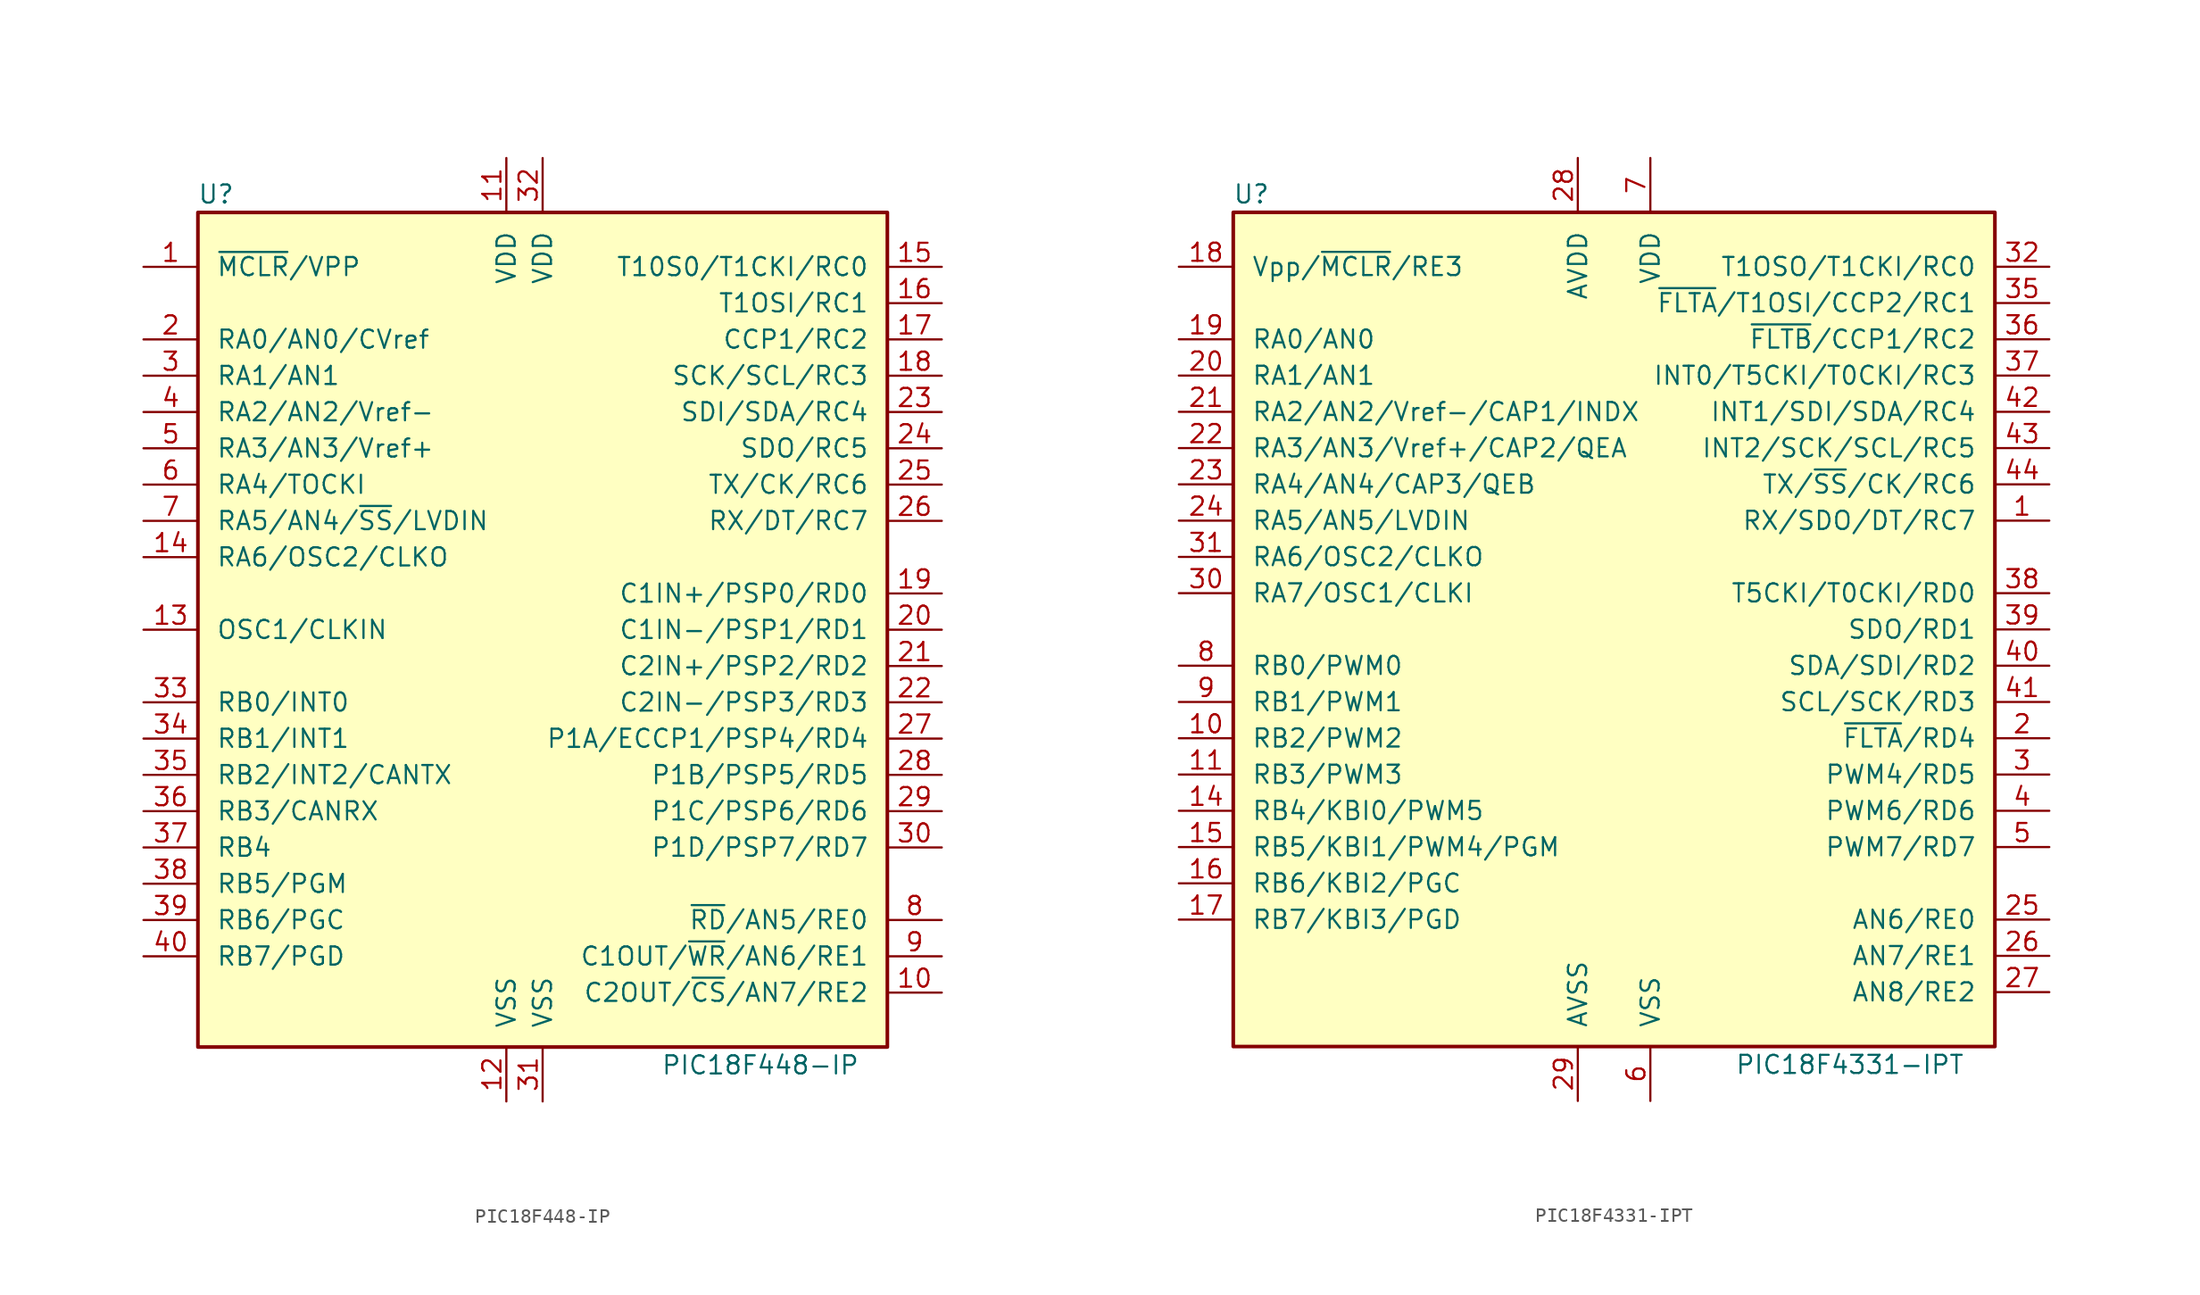
<source format=kicad_sym>
(kicad_symbol_lib
  (version 20241209)
  (generator "kicad_symbol_editor")
  (generator_version "9.0")
  (symbol "PIC18F448-IP"
    (pin_names
      (offset 1.27))
    (property "Reference" "U"
      (at -22.86 30.48 0)
      (effects (font (size 1.27 1.27))))
    (property "Value" "PIC18F448-IP"
      (at 15.24 -30.48 0)
      (effects (font (size 1.27 1.27))))
    (symbol "PIC18F448-IP_0_1"
      (rectangle (start -24.13 -29.21) (end 24.13 29.21) (stroke (width 0.254) (type default)) (fill (type background))))
    (symbol "PIC18F448-IP_1_1"
      (pin input line (at -27.94 25.4 0) (length 3.81) (name "~{MCLR}/VPP" (effects (font (size 1.27 1.27)))) (number "1" (effects (font (size 1.27 1.27)))))
      (pin bidirectional line (at -27.94 20.32 0) (length 3.81) (name "RA0/AN0/CVref" (effects (font (size 1.27 1.27)))) (number "2" (effects (font (size 1.27 1.27)))))
      (pin bidirectional line (at -27.94 17.78 0) (length 3.81) (name "RA1/AN1" (effects (font (size 1.27 1.27)))) (number "3" (effects (font (size 1.27 1.27)))))
      (pin bidirectional line (at -27.94 15.24 0) (length 3.81) (name "RA2/AN2/Vref-" (effects (font (size 1.27 1.27)))) (number "4" (effects (font (size 1.27 1.27)))))
      (pin bidirectional line (at -27.94 12.7 0) (length 3.81) (name "RA3/AN3/Vref+" (effects (font (size 1.27 1.27)))) (number "5" (effects (font (size 1.27 1.27)))))
      (pin bidirectional line (at -27.94 10.16 0) (length 3.81) (name "RA4/TOCKI" (effects (font (size 1.27 1.27)))) (number "6" (effects (font (size 1.27 1.27)))))
      (pin bidirectional line (at -27.94 7.62 0) (length 3.81) (name "RA5/AN4/~{SS}/LVDIN" (effects (font (size 1.27 1.27)))) (number "7" (effects (font (size 1.27 1.27)))))
      (pin output line (at -27.94 5.08 0) (length 3.81) (name "RA6/OSC2/CLKO" (effects (font (size 1.27 1.27)))) (number "14" (effects (font (size 1.27 1.27)))))
      (pin input line (at -27.94 0 0) (length 3.81) (name "OSC1/CLKIN" (effects (font (size 1.27 1.27)))) (number "13" (effects (font (size 1.27 1.27)))))
      (pin bidirectional line (at -27.94 -5.08 0) (length 3.81) (name "RB0/INT0" (effects (font (size 1.27 1.27)))) (number "33" (effects (font (size 1.27 1.27)))))
      (pin bidirectional line (at -27.94 -7.62 0) (length 3.81) (name "RB1/INT1" (effects (font (size 1.27 1.27)))) (number "34" (effects (font (size 1.27 1.27)))))
      (pin bidirectional line (at -27.94 -10.16 0) (length 3.81) (name "RB2/INT2/CANTX" (effects (font (size 1.27 1.27)))) (number "35" (effects (font (size 1.27 1.27)))))
      (pin bidirectional line (at -27.94 -12.7 0) (length 3.81) (name "RB3/CANRX" (effects (font (size 1.27 1.27)))) (number "36" (effects (font (size 1.27 1.27)))))
      (pin bidirectional line (at -27.94 -15.24 0) (length 3.81) (name "RB4" (effects (font (size 1.27 1.27)))) (number "37" (effects (font (size 1.27 1.27)))))
      (pin bidirectional line (at -27.94 -17.78 0) (length 3.81) (name "RB5/PGM" (effects (font (size 1.27 1.27)))) (number "38" (effects (font (size 1.27 1.27)))))
      (pin bidirectional line (at -27.94 -20.32 0) (length 3.81) (name "RB6/PGC" (effects (font (size 1.27 1.27)))) (number "39" (effects (font (size 1.27 1.27)))))
      (pin bidirectional line (at -27.94 -22.86 0) (length 3.81) (name "RB7/PGD" (effects (font (size 1.27 1.27)))) (number "40" (effects (font (size 1.27 1.27)))))
      (pin power_in line (at -2.54 33.02 270) (length 3.81) (name "VDD" (effects (font (size 1.27 1.27)))) (number "11" (effects (font (size 1.27 1.27)))))
      (pin power_in line (at -2.54 -33.02 90) (length 3.81) (name "VSS" (effects (font (size 1.27 1.27)))) (number "12" (effects (font (size 1.27 1.27)))))
      (pin power_in line (at 0 33.02 270) (length 3.81) (name "VDD" (effects (font (size 1.27 1.27)))) (number "32" (effects (font (size 1.27 1.27)))))
      (pin power_in line (at 0 -33.02 90) (length 3.81) (name "VSS" (effects (font (size 1.27 1.27)))) (number "31" (effects (font (size 1.27 1.27)))))
      (pin bidirectional line (at 27.94 25.4 180) (length 3.81) (name "T10S0/T1CKI/RC0" (effects (font (size 1.27 1.27)))) (number "15" (effects (font (size 1.27 1.27)))))
      (pin bidirectional line (at 27.94 22.86 180) (length 3.81) (name "T1OSI/RC1" (effects (font (size 1.27 1.27)))) (number "16" (effects (font (size 1.27 1.27)))))
      (pin bidirectional line (at 27.94 20.32 180) (length 3.81) (name "CCP1/RC2" (effects (font (size 1.27 1.27)))) (number "17" (effects (font (size 1.27 1.27)))))
      (pin bidirectional line (at 27.94 17.78 180) (length 3.81) (name "SCK/SCL/RC3" (effects (font (size 1.27 1.27)))) (number "18" (effects (font (size 1.27 1.27)))))
      (pin bidirectional line (at 27.94 15.24 180) (length 3.81) (name "SDI/SDA/RC4" (effects (font (size 1.27 1.27)))) (number "23" (effects (font (size 1.27 1.27)))))
      (pin bidirectional line (at 27.94 12.7 180) (length 3.81) (name "SDO/RC5" (effects (font (size 1.27 1.27)))) (number "24" (effects (font (size 1.27 1.27)))))
      (pin bidirectional line (at 27.94 10.16 180) (length 3.81) (name "TX/CK/RC6" (effects (font (size 1.27 1.27)))) (number "25" (effects (font (size 1.27 1.27)))))
      (pin bidirectional line (at 27.94 7.62 180) (length 3.81) (name "RX/DT/RC7" (effects (font (size 1.27 1.27)))) (number "26" (effects (font (size 1.27 1.27)))))
      (pin bidirectional line (at 27.94 2.54 180) (length 3.81) (name "C1IN+/PSP0/RD0" (effects (font (size 1.27 1.27)))) (number "19" (effects (font (size 1.27 1.27)))))
      (pin bidirectional line (at 27.94 0 180) (length 3.81) (name "C1IN-/PSP1/RD1" (effects (font (size 1.27 1.27)))) (number "20" (effects (font (size 1.27 1.27)))))
      (pin bidirectional line (at 27.94 -2.54 180) (length 3.81) (name "C2IN+/PSP2/RD2" (effects (font (size 1.27 1.27)))) (number "21" (effects (font (size 1.27 1.27)))))
      (pin bidirectional line (at 27.94 -5.08 180) (length 3.81) (name "C2IN-/PSP3/RD3" (effects (font (size 1.27 1.27)))) (number "22" (effects (font (size 1.27 1.27)))))
      (pin bidirectional line (at 27.94 -7.62 180) (length 3.81) (name "P1A/ECCP1/PSP4/RD4" (effects (font (size 1.27 1.27)))) (number "27" (effects (font (size 1.27 1.27)))))
      (pin bidirectional line (at 27.94 -10.16 180) (length 3.81) (name "P1B/PSP5/RD5" (effects (font (size 1.27 1.27)))) (number "28" (effects (font (size 1.27 1.27)))))
      (pin bidirectional line (at 27.94 -12.7 180) (length 3.81) (name "P1C/PSP6/RD6" (effects (font (size 1.27 1.27)))) (number "29" (effects (font (size 1.27 1.27)))))
      (pin bidirectional line (at 27.94 -15.24 180) (length 3.81) (name "P1D/PSP7/RD7" (effects (font (size 1.27 1.27)))) (number "30" (effects (font (size 1.27 1.27)))))
      (pin bidirectional line (at 27.94 -20.32 180) (length 3.81) (name "~{RD}/AN5/RE0" (effects (font (size 1.27 1.27)))) (number "8" (effects (font (size 1.27 1.27)))))
      (pin bidirectional line (at 27.94 -22.86 180) (length 3.81) (name "C1OUT/~{WR}/AN6/RE1" (effects (font (size 1.27 1.27)))) (number "9" (effects (font (size 1.27 1.27)))))
      (pin bidirectional line (at 27.94 -25.4 180) (length 3.81) (name "C2OUT/~{CS}/AN7/RE2" (effects (font (size 1.27 1.27)))) (number "10" (effects (font (size 1.27 1.27)))))))
  (symbol "PIC18F4331-IPT"
    (pin_names
      (offset 1.27))
    (property "Reference" "U"
      (at -25.4 30.48 0)
      (effects (font (size 1.27 1.27))))
    (property "Value" "PIC18F4331-IPT"
      (at 16.51 -30.48 0)
      (effects (font (size 1.27 1.27))))
    (symbol "PIC18F4331-IPT_0_1"
      (rectangle (start -26.67 29.21) (end 26.67 -29.21) (stroke (width 0.254) (type default)) (fill (type background))))
    (symbol "PIC18F4331-IPT_1_1"
      (pin input line (at -30.48 25.4 0) (length 3.81) (name "Vpp/~{MCLR}/RE3" (effects (font (size 1.27 1.27)))) (number "18" (effects (font (size 1.27 1.27)))))
      (pin bidirectional line (at -30.48 20.32 0) (length 3.81) (name "RA0/AN0" (effects (font (size 1.27 1.27)))) (number "19" (effects (font (size 1.27 1.27)))))
      (pin bidirectional line (at -30.48 17.78 0) (length 3.81) (name "RA1/AN1" (effects (font (size 1.27 1.27)))) (number "20" (effects (font (size 1.27 1.27)))))
      (pin bidirectional line (at -30.48 15.24 0) (length 3.81) (name "RA2/AN2/Vref-/CAP1/INDX" (effects (font (size 1.27 1.27)))) (number "21" (effects (font (size 1.27 1.27)))))
      (pin bidirectional line (at -30.48 12.7 0) (length 3.81) (name "RA3/AN3/Vref+/CAP2/QEA" (effects (font (size 1.27 1.27)))) (number "22" (effects (font (size 1.27 1.27)))))
      (pin bidirectional line (at -30.48 10.16 0) (length 3.81) (name "RA4/AN4/CAP3/QEB" (effects (font (size 1.27 1.27)))) (number "23" (effects (font (size 1.27 1.27)))))
      (pin bidirectional line (at -30.48 7.62 0) (length 3.81) (name "RA5/AN5/LVDIN" (effects (font (size 1.27 1.27)))) (number "24" (effects (font (size 1.27 1.27)))))
      (pin bidirectional line (at -30.48 5.08 0) (length 3.81) (name "RA6/OSC2/CLKO" (effects (font (size 1.27 1.27)))) (number "31" (effects (font (size 1.27 1.27)))))
      (pin bidirectional line (at -30.48 2.54 0) (length 3.81) (name "RA7/OSC1/CLKI" (effects (font (size 1.27 1.27)))) (number "30" (effects (font (size 1.27 1.27)))))
      (pin bidirectional line (at -30.48 -2.54 0) (length 3.81) (name "RB0/PWM0" (effects (font (size 1.27 1.27)))) (number "8" (effects (font (size 1.27 1.27)))))
      (pin bidirectional line (at -30.48 -5.08 0) (length 3.81) (name "RB1/PWM1" (effects (font (size 1.27 1.27)))) (number "9" (effects (font (size 1.27 1.27)))))
      (pin bidirectional line (at -30.48 -7.62 0) (length 3.81) (name "RB2/PWM2" (effects (font (size 1.27 1.27)))) (number "10" (effects (font (size 1.27 1.27)))))
      (pin bidirectional line (at -30.48 -10.16 0) (length 3.81) (name "RB3/PWM3" (effects (font (size 1.27 1.27)))) (number "11" (effects (font (size 1.27 1.27)))))
      (pin bidirectional line (at -30.48 -12.7 0) (length 3.81) (name "RB4/KBI0/PWM5" (effects (font (size 1.27 1.27)))) (number "14" (effects (font (size 1.27 1.27)))))
      (pin bidirectional line (at -30.48 -15.24 0) (length 3.81) (name "RB5/KBI1/PWM4/PGM" (effects (font (size 1.27 1.27)))) (number "15" (effects (font (size 1.27 1.27)))))
      (pin bidirectional line (at -30.48 -17.78 0) (length 3.81) (name "RB6/KBI2/PGC" (effects (font (size 1.27 1.27)))) (number "16" (effects (font (size 1.27 1.27)))))
      (pin bidirectional line (at -30.48 -20.32 0) (length 3.81) (name "RB7/KBI3/PGD" (effects (font (size 1.27 1.27)))) (number "17" (effects (font (size 1.27 1.27)))))
      (pin no_connect line (at -15.24 -29.21 90) (length 3.81) (hide yes) (name "NC" (effects (font (size 1.27 1.27)))) (number "12" (effects (font (size 1.27 1.27)))))
      (pin no_connect line (at -12.7 -29.21 90) (length 3.81) (hide yes) (name "NC" (effects (font (size 1.27 1.27)))) (number "13" (effects (font (size 1.27 1.27)))))
      (pin no_connect line (at -10.16 -29.21 90) (length 3.81) (hide yes) (name "NC" (effects (font (size 1.27 1.27)))) (number "33" (effects (font (size 1.27 1.27)))))
      (pin no_connect line (at -7.62 -29.21 90) (length 3.81) (hide yes) (name "NC" (effects (font (size 1.27 1.27)))) (number "34" (effects (font (size 1.27 1.27)))))
      (pin power_in line (at -2.54 33.02 270) (length 3.81) (name "AVDD" (effects (font (size 1.27 1.27)))) (number "28" (effects (font (size 1.27 1.27)))))
      (pin power_in line (at -2.54 -33.02 90) (length 3.81) (name "AVSS" (effects (font (size 1.27 1.27)))) (number "29" (effects (font (size 1.27 1.27)))))
      (pin power_in line (at 2.54 33.02 270) (length 3.81) (name "VDD" (effects (font (size 1.27 1.27)))) (number "7" (effects (font (size 1.27 1.27)))))
      (pin power_in line (at 2.54 -33.02 90) (length 3.81) (name "VSS" (effects (font (size 1.27 1.27)))) (number "6" (effects (font (size 1.27 1.27)))))
      (pin bidirectional line (at 30.48 25.4 180) (length 3.81) (name "T1OSO/T1CKI/RC0" (effects (font (size 1.27 1.27)))) (number "32" (effects (font (size 1.27 1.27)))))
      (pin bidirectional line (at 30.48 22.86 180) (length 3.81) (name "~{FLTA}/T1OSI/CCP2/RC1" (effects (font (size 1.27 1.27)))) (number "35" (effects (font (size 1.27 1.27)))))
      (pin bidirectional line (at 30.48 20.32 180) (length 3.81) (name "~{FLTB}/CCP1/RC2" (effects (font (size 1.27 1.27)))) (number "36" (effects (font (size 1.27 1.27)))))
      (pin bidirectional line (at 30.48 17.78 180) (length 3.81) (name "INT0/T5CKI/T0CKI/RC3" (effects (font (size 1.27 1.27)))) (number "37" (effects (font (size 1.27 1.27)))))
      (pin bidirectional line (at 30.48 15.24 180) (length 3.81) (name "INT1/SDI/SDA/RC4" (effects (font (size 1.27 1.27)))) (number "42" (effects (font (size 1.27 1.27)))))
      (pin bidirectional line (at 30.48 12.7 180) (length 3.81) (name "INT2/SCK/SCL/RC5" (effects (font (size 1.27 1.27)))) (number "43" (effects (font (size 1.27 1.27)))))
      (pin bidirectional line (at 30.48 10.16 180) (length 3.81) (name "TX/~{SS}/CK/RC6" (effects (font (size 1.27 1.27)))) (number "44" (effects (font (size 1.27 1.27)))))
      (pin bidirectional line (at 30.48 7.62 180) (length 3.81) (name "RX/SDO/DT/RC7" (effects (font (size 1.27 1.27)))) (number "1" (effects (font (size 1.27 1.27)))))
      (pin bidirectional line (at 30.48 2.54 180) (length 3.81) (name "T5CKI/T0CKI/RD0" (effects (font (size 1.27 1.27)))) (number "38" (effects (font (size 1.27 1.27)))))
      (pin bidirectional line (at 30.48 0 180) (length 3.81) (name "SDO/RD1" (effects (font (size 1.27 1.27)))) (number "39" (effects (font (size 1.27 1.27)))))
      (pin bidirectional line (at 30.48 -2.54 180) (length 3.81) (name "SDA/SDI/RD2" (effects (font (size 1.27 1.27)))) (number "40" (effects (font (size 1.27 1.27)))))
      (pin bidirectional line (at 30.48 -5.08 180) (length 3.81) (name "SCL/SCK/RD3" (effects (font (size 1.27 1.27)))) (number "41" (effects (font (size 1.27 1.27)))))
      (pin bidirectional line (at 30.48 -7.62 180) (length 3.81) (name "~{FLTA}/RD4" (effects (font (size 1.27 1.27)))) (number "2" (effects (font (size 1.27 1.27)))))
      (pin bidirectional line (at 30.48 -10.16 180) (length 3.81) (name "PWM4/RD5" (effects (font (size 1.27 1.27)))) (number "3" (effects (font (size 1.27 1.27)))))
      (pin bidirectional line (at 30.48 -12.7 180) (length 3.81) (name "PWM6/RD6" (effects (font (size 1.27 1.27)))) (number "4" (effects (font (size 1.27 1.27)))))
      (pin bidirectional line (at 30.48 -15.24 180) (length 3.81) (name "PWM7/RD7" (effects (font (size 1.27 1.27)))) (number "5" (effects (font (size 1.27 1.27)))))
      (pin bidirectional line (at 30.48 -20.32 180) (length 3.81) (name "AN6/RE0" (effects (font (size 1.27 1.27)))) (number "25" (effects (font (size 1.27 1.27)))))
      (pin bidirectional line (at 30.48 -22.86 180) (length 3.81) (name "AN7/RE1" (effects (font (size 1.27 1.27)))) (number "26" (effects (font (size 1.27 1.27)))))
      (pin bidirectional line (at 30.48 -25.4 180) (length 3.81) (name "AN8/RE2" (effects (font (size 1.27 1.27)))) (number "27" (effects (font (size 1.27 1.27))))))))
</source>
